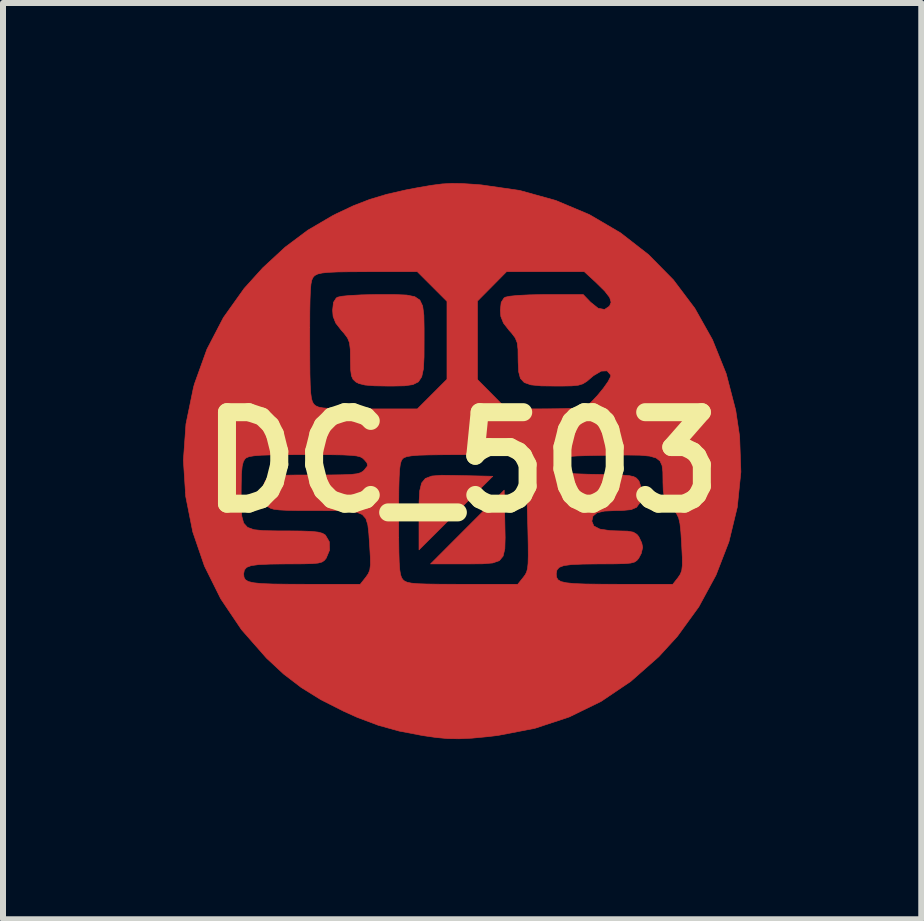
<source format=kicad_pcb>
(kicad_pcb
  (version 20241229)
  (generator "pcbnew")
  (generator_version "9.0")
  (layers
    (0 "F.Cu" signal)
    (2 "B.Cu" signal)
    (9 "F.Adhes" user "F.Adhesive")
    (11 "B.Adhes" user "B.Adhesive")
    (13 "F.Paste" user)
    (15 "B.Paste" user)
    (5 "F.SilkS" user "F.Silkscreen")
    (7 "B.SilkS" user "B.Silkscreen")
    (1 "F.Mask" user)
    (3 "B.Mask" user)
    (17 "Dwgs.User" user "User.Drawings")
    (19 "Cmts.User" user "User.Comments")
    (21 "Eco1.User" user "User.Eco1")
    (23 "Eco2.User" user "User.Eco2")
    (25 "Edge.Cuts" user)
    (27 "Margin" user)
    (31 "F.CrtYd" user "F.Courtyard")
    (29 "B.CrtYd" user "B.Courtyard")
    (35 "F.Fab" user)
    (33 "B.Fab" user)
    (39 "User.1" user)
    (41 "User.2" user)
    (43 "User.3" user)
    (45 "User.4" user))
  (footprint "DC_503"
    (layer "F.Cu")
    (at 4.65 4.651)
    (property "Reference" "DC_503" (at 0 0 0) (layer "F.SilkS") (effects (font (size 1.524 1.524) (thickness 0.3))))
    (attr through_hole)
    (fp_poly (pts (xy -0.117 0.219) (xy -0.031 0.221) (xy 0.509 0.233) (xy -0.105 0.846) (xy -0.72 1.459) (xy -0.72 0.925) (xy -0.719 0.663) (xy -0.708 0.474) (xy -0.677 0.346) (xy -0.614 0.269) (xy -0.507 0.229) (xy -0.345 0.216) (xy -0.117 0.219)) (stroke (width 0.01) (type solid)) (fill yes) (layer "F.Cu"))
    (fp_poly (pts (xy 0.71 1) (xy 0.715 1.256) (xy 0.71 1.439) (xy 0.681 1.563) (xy 0.619 1.638) (xy 0.51 1.677) (xy 0.343 1.691) (xy 0.107 1.693) (xy 0.026 1.693) (xy -0.528 1.693) (xy 0.085 1.079) (xy 0.699 0.464) (xy 0.71 1)) (stroke (width 0.01) (type solid)) (fill yes) (layer "F.Cu"))
    (fp_poly (pts (xy -1.117 -2.794) (xy -0.924 -2.786) (xy -0.791 -2.759) (xy -0.706 -2.702) (xy -0.659 -2.603) (xy -0.639 -2.45) (xy -0.635 -2.233) (xy -0.635 -2.023) (xy -0.636 -1.754) (xy -0.646 -1.558) (xy -0.675 -1.424) (xy -0.73 -1.34) (xy -0.822 -1.294) (xy -0.961 -1.274) (xy -1.154 -1.27) (xy -1.239 -1.27) (xy -1.464 -1.274) (xy -1.62 -1.287) (xy -1.721 -1.312) (xy -1.769 -1.336) (xy -1.818 -1.38) (xy -1.846 -1.442) (xy -1.859 -1.543) (xy -1.863 -1.705) (xy -1.863 -1.717) (xy -1.865 -1.882) (xy -1.878 -1.991) (xy -1.911 -2.072) (xy -1.972 -2.153) (xy -2.011 -2.196) (xy -2.107 -2.319) (xy -2.151 -2.43) (xy -2.159 -2.533) (xy -2.145 -2.664) (xy -2.099 -2.736) (xy -2.077 -2.75) (xy -2.006 -2.766) (xy -1.867 -2.779) (xy -1.678 -2.789) (xy -1.455 -2.794) (xy -1.381 -2.794) (xy -1.117 -2.794)) (stroke (width 0.01) (type solid)) (fill yes) (layer "F.Cu"))
    (fp_poly (pts (xy 0.003 -4.643) (xy 0.222 -4.629) (xy 0.318 -4.621) (xy 0.956 -4.529) (xy 1.558 -4.362) (xy 2.119 -4.126) (xy 2.636 -3.823) (xy 3.103 -3.46) (xy 3.518 -3.039) (xy 3.875 -2.565) (xy 4.169 -2.042) (xy 4.398 -1.474) (xy 4.556 -0.866) (xy 4.621 -0.43) (xy 4.642 0.16) (xy 4.582 0.748) (xy 4.443 1.323) (xy 4.228 1.879) (xy 3.941 2.408) (xy 3.584 2.9) (xy 3.274 3.239) (xy 2.808 3.65) (xy 2.313 3.984) (xy 1.782 4.243) (xy 1.21 4.432) (xy 0.592 4.551) (xy 0.423 4.571) (xy 0.16 4.596) (xy -0.051 4.606) (xy -0.238 4.603) (xy -0.433 4.585) (xy -0.656 4.553) (xy -1.049 4.478) (xy -1.399 4.381) (xy -1.748 4.25) (xy -1.974 4.148) (xy -2.357 3.954) (xy -2.682 3.752) (xy -2.976 3.527) (xy -3.261 3.262) (xy -3.678 2.787) (xy -4.023 2.274) (xy -4.294 1.729) (xy -4.489 1.159) (xy -4.606 0.57) (xy -4.61 0.509) (xy -3.683 0.509) (xy -3.682 0.735) (xy -3.672 0.899) (xy -3.641 1.013) (xy -3.577 1.084) (xy -3.469 1.123) (xy -3.306 1.139) (xy -3.076 1.143) (xy -2.925 1.143) (xy -2.685 1.145) (xy -2.515 1.151) (xy -2.401 1.163) (xy -2.327 1.183) (xy -2.28 1.212) (xy -2.279 1.213) (xy -2.214 1.324) (xy -2.21 1.463) (xy -2.267 1.599) (xy -2.298 1.636) (xy -2.337 1.662) (xy -2.401 1.679) (xy -2.503 1.688) (xy -2.658 1.692) (xy -2.88 1.693) (xy -2.936 1.693) (xy -3.198 1.696) (xy -3.387 1.704) (xy -3.514 1.721) (xy -3.591 1.75) (xy -3.629 1.794) (xy -3.641 1.855) (xy -3.641 1.863) (xy -3.635 1.916) (xy -3.612 1.957) (xy -3.562 1.987) (xy -3.474 2.007) (xy -3.34 2.021) (xy -3.149 2.028) (xy -2.891 2.031) (xy -2.619 2.032) (xy -1.699 2.032) (xy -1.607 1.916) (xy -1.565 1.856) (xy -1.54 1.794) (xy -1.529 1.708) (xy -1.531 1.579) (xy -1.542 1.386) (xy -1.543 1.376) (xy -1.556 1.183) (xy -1.573 1.039) (xy -1.604 0.942) (xy -1.058 0.942) (xy -1.058 1.253) (xy -1.055 1.49) (xy -1.05 1.665) (xy -1.041 1.788) (xy -1.028 1.87) (xy -1.01 1.923) (xy -0.988 1.955) (xy -0.959 1.98) (xy -0.915 1.999) (xy -0.846 2.013) (xy -0.741 2.023) (xy -0.588 2.028) (xy -0.376 2.031) (xy -0.094 2.032) (xy 0.003 2.032) (xy 0.925 2.032) (xy 1.018 1.916) (xy 1.049 1.874) (xy 1.055 1.863) (xy 1.566 1.863) (xy 1.572 1.916) (xy 1.595 1.957) (xy 1.645 1.987) (xy 1.733 2.007) (xy 1.867 2.021) (xy 2.058 2.028) (xy 2.316 2.031) (xy 2.588 2.032) (xy 3.508 2.032) (xy 3.595 1.921) (xy 3.633 1.865) (xy 3.657 1.802) (xy 3.667 1.714) (xy 3.666 1.581) (xy 3.656 1.386) (xy 3.655 1.36) (xy 3.642 1.159) (xy 3.627 1.021) (xy 3.605 0.926) (xy 3.57 0.854) (xy 3.516 0.785) (xy 3.486 0.751) (xy 3.411 0.66) (xy 3.368 0.579) (xy 3.349 0.478) (xy 3.344 0.328) (xy 3.344 0.297) (xy 3.342 0.159) (xy 3.329 0.054) (xy 3.295 -0.021) (xy 3.23 -0.072) (xy 3.123 -0.103) (xy 2.963 -0.118) (xy 2.742 -0.121) (xy 2.447 -0.118) (xy 2.392 -0.117) (xy 2.118 -0.112) (xy 1.918 -0.106) (xy 1.778 -0.097) (xy 1.686 -0.084) (xy 1.631 -0.066) (xy 1.6 -0.042) (xy 1.592 -0.032) (xy 1.568 0.059) (xy 1.592 0.116) (xy 1.621 0.146) (xy 1.672 0.167) (xy 1.759 0.182) (xy 1.896 0.192) (xy 2.096 0.199) (xy 2.259 0.202) (xy 2.499 0.207) (xy 2.67 0.213) (xy 2.784 0.223) (xy 2.857 0.239) (xy 2.901 0.263) (xy 2.933 0.298) (xy 2.947 0.319) (xy 2.996 0.467) (xy 2.989 0.557) (xy 2.957 0.677) (xy 2.904 0.75) (xy 2.813 0.789) (xy 2.665 0.803) (xy 2.564 0.804) (xy 2.368 0.813) (xy 2.244 0.842) (xy 2.178 0.896) (xy 2.159 0.981) (xy 2.192 1.061) (xy 2.293 1.113) (xy 2.468 1.139) (xy 2.598 1.143) (xy 2.754 1.147) (xy 2.85 1.164) (xy 2.909 1.2) (xy 2.94 1.237) (xy 2.99 1.341) (xy 3.006 1.418) (xy 2.982 1.519) (xy 2.94 1.599) (xy 2.909 1.636) (xy 2.87 1.662) (xy 2.806 1.679) (xy 2.704 1.688) (xy 2.549 1.692) (xy 2.327 1.693) (xy 2.271 1.693) (xy 2.009 1.696) (xy 1.82 1.704) (xy 1.693 1.721) (xy 1.616 1.75) (xy 1.578 1.794) (xy 1.566 1.855) (xy 1.566 1.863) (xy 1.055 1.863) (xy 1.072 1.829) (xy 1.088 1.77) (xy 1.097 1.683) (xy 1.1 1.556) (xy 1.099 1.378) (xy 1.094 1.136) (xy 1.088 0.917) (xy 1.079 0.615) (xy 1.07 0.386) (xy 1.06 0.219) (xy 1.047 0.103) (xy 1.03 0.025) (xy 1.008 -0.024) (xy 0.992 -0.046) (xy 0.962 -0.073) (xy 0.921 -0.093) (xy 0.856 -0.107) (xy 0.757 -0.117) (xy 0.612 -0.123) (xy 0.411 -0.126) (xy 0.141 -0.127) (xy -0.004 -0.127) (xy -0.314 -0.126) (xy -0.55 -0.123) (xy -0.723 -0.118) (xy -0.843 -0.108) (xy -0.922 -0.095) (xy -0.971 -0.076) (xy -0.992 -0.06) (xy -1.014 -0.027) (xy -1.031 0.029) (xy -1.043 0.119) (xy -1.051 0.254) (xy -1.056 0.444) (xy -1.058 0.7) (xy -1.058 0.942) (xy -1.604 0.942) (xy -1.606 0.937) (xy -1.665 0.87) (xy -1.762 0.83) (xy -1.908 0.811) (xy -2.114 0.805) (xy -2.392 0.804) (xy -2.441 0.804) (xy -2.709 0.804) (xy -2.905 0.801) (xy -3.043 0.794) (xy -3.136 0.783) (xy -3.196 0.765) (xy -3.238 0.739) (xy -3.26 0.72) (xy -3.33 0.594) (xy -3.336 0.444) (xy -3.278 0.306) (xy -3.252 0.272) (xy -3.217 0.248) (xy -3.161 0.231) (xy -3.073 0.22) (xy -2.938 0.215) (xy -2.745 0.212) (xy -2.481 0.212) (xy -2.459 0.212) (xy -2.188 0.211) (xy -1.989 0.208) (xy -1.848 0.202) (xy -1.754 0.191) (xy -1.694 0.174) (xy -1.654 0.15) (xy -1.63 0.127) (xy -1.578 0.06) (xy -1.586 0.01) (xy -1.63 -0.042) (xy -1.66 -0.07) (xy -1.699 -0.091) (xy -1.76 -0.106) (xy -1.854 -0.116) (xy -1.991 -0.123) (xy -2.184 -0.126) (xy -2.444 -0.127) (xy -2.628 -0.127) (xy -2.938 -0.126) (xy -3.174 -0.123) (xy -3.347 -0.118) (xy -3.468 -0.108) (xy -3.547 -0.095) (xy -3.595 -0.076) (xy -3.616 -0.06) (xy -3.646 -0.013) (xy -3.666 0.067) (xy -3.678 0.195) (xy -3.682 0.386) (xy -3.683 0.509) (xy -4.61 0.509) (xy -4.645 -0.032) (xy -4.602 -0.639) (xy -4.477 -1.247) (xy -4.46 -1.308) (xy -4.253 -1.883) (xy -4.172 -2.039) (xy -2.54 -2.039) (xy -2.539 -1.718) (xy -2.537 -1.471) (xy -2.532 -1.286) (xy -2.524 -1.155) (xy -2.512 -1.066) (xy -2.496 -1.009) (xy -2.475 -0.972) (xy -2.47 -0.966) (xy -2.439 -0.94) (xy -2.393 -0.92) (xy -2.32 -0.906) (xy -2.208 -0.897) (xy -2.045 -0.892) (xy -1.82 -0.889) (xy -1.574 -0.889) (xy -0.748 -0.889) (xy -0.501 -1.136) (xy -0.254 -1.383) (xy -0.254 -2.681) (xy -0.259 -2.686) (xy 0.254 -2.686) (xy 0.254 -1.378) (xy 0.496 -1.134) (xy 0.738 -0.889) (xy 1.375 -0.89) (xy 1.6 -0.892) (xy 1.797 -0.897) (xy 1.948 -0.906) (xy 2.038 -0.916) (xy 2.055 -0.921) (xy 2.148 -1.002) (xy 2.252 -1.112) (xy 2.351 -1.233) (xy 2.43 -1.345) (xy 2.472 -1.427) (xy 2.474 -1.453) (xy 2.413 -1.523) (xy 2.316 -1.519) (xy 2.187 -1.443) (xy 2.148 -1.41) (xy 2.074 -1.347) (xy 2.009 -1.307) (xy 1.933 -1.284) (xy 1.825 -1.273) (xy 1.664 -1.27) (xy 1.554 -1.27) (xy 1.313 -1.273) (xy 1.143 -1.29) (xy 1.033 -1.329) (xy 0.969 -1.398) (xy 0.94 -1.508) (xy 0.932 -1.668) (xy 0.931 -1.717) (xy 0.929 -1.882) (xy 0.916 -1.991) (xy 0.883 -2.072) (xy 0.822 -2.153) (xy 0.783 -2.196) (xy 0.687 -2.319) (xy 0.643 -2.43) (xy 0.635 -2.533) (xy 0.649 -2.664) (xy 0.695 -2.736) (xy 0.717 -2.75) (xy 0.788 -2.766) (xy 0.927 -2.78) (xy 1.116 -2.789) (xy 1.337 -2.794) (xy 1.407 -2.794) (xy 2.016 -2.794) (xy 2.138 -2.667) (xy 2.264 -2.566) (xy 2.371 -2.546) (xy 2.453 -2.601) (xy 2.48 -2.666) (xy 2.456 -2.746) (xy 2.374 -2.852) (xy 2.229 -2.995) (xy 2.226 -2.998) (xy 2.034 -3.175) (xy 0.738 -3.175) (xy 0.496 -2.93) (xy 0.254 -2.686) (xy -0.259 -2.686) (xy -0.501 -2.928) (xy -0.748 -3.175) (xy -1.567 -3.175) (xy -1.856 -3.174) (xy -2.073 -3.171) (xy -2.229 -3.164) (xy -2.336 -3.153) (xy -2.406 -3.137) (xy -2.45 -3.115) (xy -2.463 -3.105) (xy -2.487 -3.077) (xy -2.506 -3.035) (xy -2.52 -2.968) (xy -2.529 -2.867) (xy -2.535 -2.72) (xy -2.539 -2.517) (xy -2.54 -2.247) (xy -2.54 -2.039) (xy -4.172 -2.039) (xy -3.979 -2.41) (xy -3.632 -2.897) (xy -3.323 -3.239) (xy -2.951 -3.583) (xy -2.573 -3.866) (xy -2.16 -4.108) (xy -2.095 -4.141) (xy -1.811 -4.275) (xy -1.541 -4.379) (xy -1.259 -4.464) (xy -0.935 -4.538) (xy -0.735 -4.576) (xy -0.513 -4.614) (xy -0.335 -4.637) (xy -0.173 -4.646) (xy 0.003 -4.643)) (stroke (width 0.01) (type solid)) (fill yes) (layer "F.Cu"))
    (fp_poly (pts (xy 0.003 -4.643) (xy 0.222 -4.629) (xy 0.318 -4.621) (xy 0.956 -4.529) (xy 1.558 -4.362) (xy 2.119 -4.126) (xy 2.636 -3.823) (xy 3.103 -3.46) (xy 3.518 -3.039) (xy 3.875 -2.565) (xy 4.169 -2.042) (xy 4.398 -1.474) (xy 4.556 -0.866) (xy 4.621 -0.43) (xy 4.642 0.16) (xy 4.582 0.748) (xy 4.443 1.323) (xy 4.228 1.879) (xy 3.941 2.408) (xy 3.584 2.9) (xy 3.274 3.239) (xy 2.808 3.65) (xy 2.313 3.984) (xy 1.782 4.243) (xy 1.21 4.432) (xy 0.592 4.551) (xy 0.423 4.571) (xy 0.16 4.596) (xy -0.051 4.606) (xy -0.238 4.603) (xy -0.433 4.585) (xy -0.656 4.553) (xy -1.049 4.478) (xy -1.399 4.381) (xy -1.748 4.25) (xy -1.974 4.148) (xy -2.357 3.954) (xy -2.682 3.752) (xy -2.976 3.527) (xy -3.261 3.262) (xy -3.678 2.787) (xy -4.023 2.274) (xy -4.294 1.729) (xy -4.489 1.159) (xy -4.606 0.57) (xy -4.645 -0.032) (xy -4.602 -0.639) (xy -4.477 -1.247) (xy -4.46 -1.308) (xy -4.253 -1.883) (xy -3.979 -2.41) (xy -3.632 -2.897) (xy -3.323 -3.239) (xy -2.951 -3.583) (xy -2.573 -3.866) (xy -2.16 -4.108) (xy -2.095 -4.141) (xy -1.811 -4.275) (xy -1.541 -4.379) (xy -1.259 -4.464) (xy -0.935 -4.538) (xy -0.735 -4.576) (xy -0.513 -4.614) (xy -0.335 -4.637) (xy -0.173 -4.646) (xy 0.003 -4.643)) (stroke (width 0.01) (type solid)) (fill yes) (layer "F.Mask")))
  (gr_rect
    (start -3 -3)
    (end 12.297 12.263)
    (stroke (width 0.1) (type default))
    (fill no)
    (layer "Edge.Cuts")))
</source>
